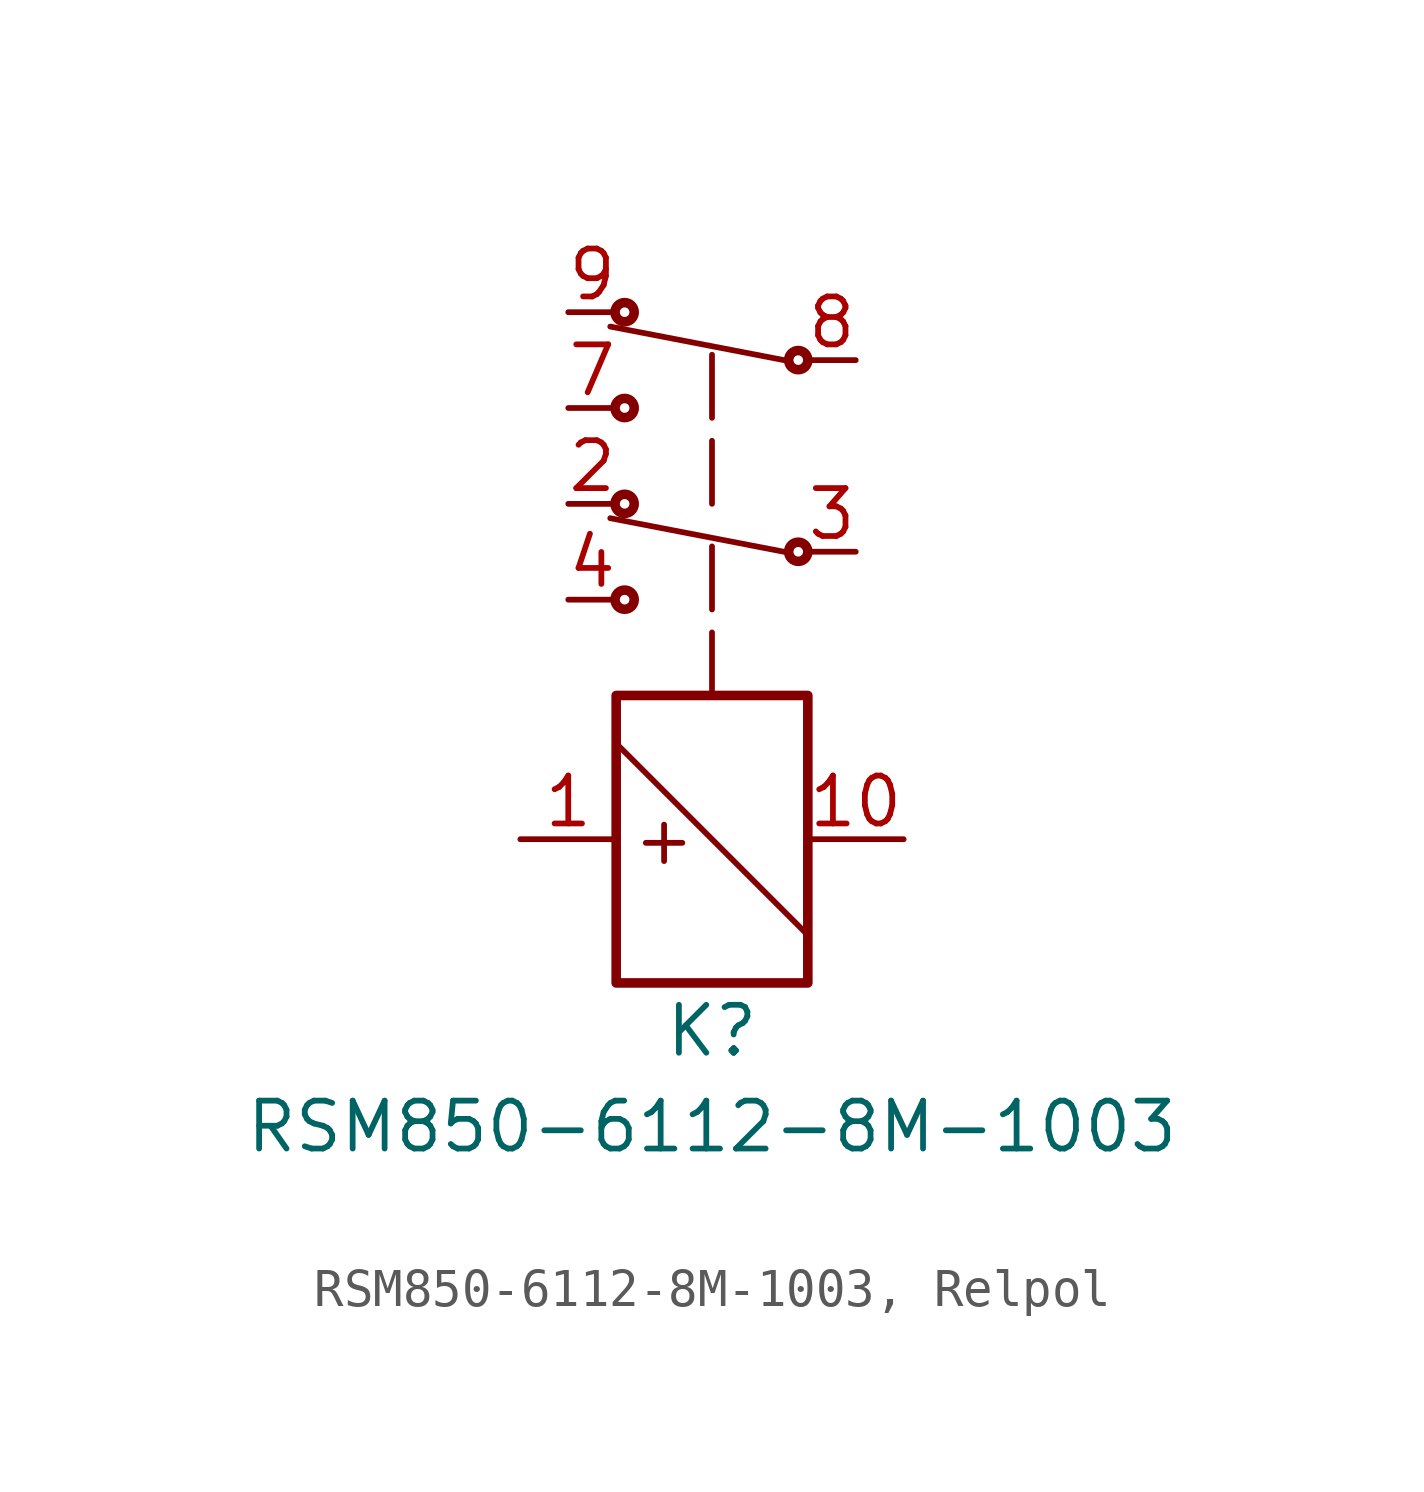
<source format=kicad_sym>
(kicad_symbol_lib
  (version 20241209)
  (generator "kicad_symbol_editor")
  (generator_version "9.0")
  (symbol "RSM850-6112-8M-1003, Relpol"
    (pin_names
      (offset 0)
      (hide yes))
    (property "Reference" "K"
      (at 0 -5.08 0)
      (effects (font (size 1.27 1.27))))
    (property "Value" "RSM850-6112-8M-1003"
      (at 0 -7.62 0)
      (effects (font (size 1.27 1.27))))
    (symbol "RSM850-6112-8M-1003, Relpol_0_1"
      (rectangle (start -2.54 3.81) (end 2.54 -3.81) (stroke (width 0.254) (type default)) (fill (type none)))
      (polyline (pts (xy -2.54 2.54) (xy 2.54 -2.54)) (stroke (width 0.152) (type default)) (fill (type none))))
    (symbol "RSM850-6112-8M-1003, Relpol_1_1"
      (circle (center -2.316 13.97) (radius 0.254) (stroke (width 0.254) (type default)) (fill (type none)))
      (circle (center -2.316 11.43) (radius 0.254) (stroke (width 0.254) (type default)) (fill (type none)))
      (circle (center -2.316 8.89) (radius 0.254) (stroke (width 0.254) (type default)) (fill (type none)))
      (circle (center -2.316 6.35) (radius 0.254) (stroke (width 0.254) (type default)) (fill (type none)))
      (polyline (pts (xy 0 8.89) (xy 0 13.208)) (stroke (width 0.152) (type dash)) (fill (type none)))
      (polyline (pts (xy 0 3.81) (xy 0 8.128)) (stroke (width 0.152) (type dash)) (fill (type none)))
      (polyline (pts (xy 1.905 12.7) (xy -2.697 13.589)) (stroke (width 0.152) (type default)) (fill (type none)))
      (polyline (pts (xy 1.905 7.62) (xy -2.697 8.509)) (stroke (width 0.152) (type default)) (fill (type none)))
      (circle (center 2.286 12.7) (radius 0.254) (stroke (width 0.254) (type default)) (fill (type none)))
      (circle (center 2.286 7.62) (radius 0.254) (stroke (width 0.254) (type default)) (fill (type none)))
      (text "+" (at -1.27 0 0) (effects (font (size 1.27 1.27))))
      (pin passive line (at -5.08 0 0) (length 2.54) (name "COIL+" (effects (font (size 1.27 1.27)))) (number "1" (effects (font (size 1.27 1.27)))))
      (pin passive line (at -3.81 13.97 0) (length 1.27) (name "NC2" (effects (font (size 1.27 1.27)))) (number "9" (effects (font (size 1.27 1.27)))))
      (pin passive line (at -3.81 11.43 0) (length 1.27) (name "NO2" (effects (font (size 1.27 1.27)))) (number "7" (effects (font (size 1.27 1.27)))))
      (pin passive line (at -3.81 8.89 0) (length 1.27) (name "NC1" (effects (font (size 1.27 1.27)))) (number "2" (effects (font (size 1.27 1.27)))))
      (pin passive line (at -3.81 6.35 0) (length 1.27) (name "NO1" (effects (font (size 1.27 1.27)))) (number "4" (effects (font (size 1.27 1.27)))))
      (pin passive line (at 3.81 12.7 180) (length 1.27) (name "COM2" (effects (font (size 1.27 1.27)))) (number "8" (effects (font (size 1.27 1.27)))))
      (pin passive line (at 3.81 7.62 180) (length 1.27) (name "COM1" (effects (font (size 1.27 1.27)))) (number "3" (effects (font (size 1.27 1.27)))))
      (pin passive line (at 5.08 0 180) (length 2.54) (name "COIL-" (effects (font (size 1.27 1.27)))) (number "10" (effects (font (size 1.27 1.27))))))))
</source>
